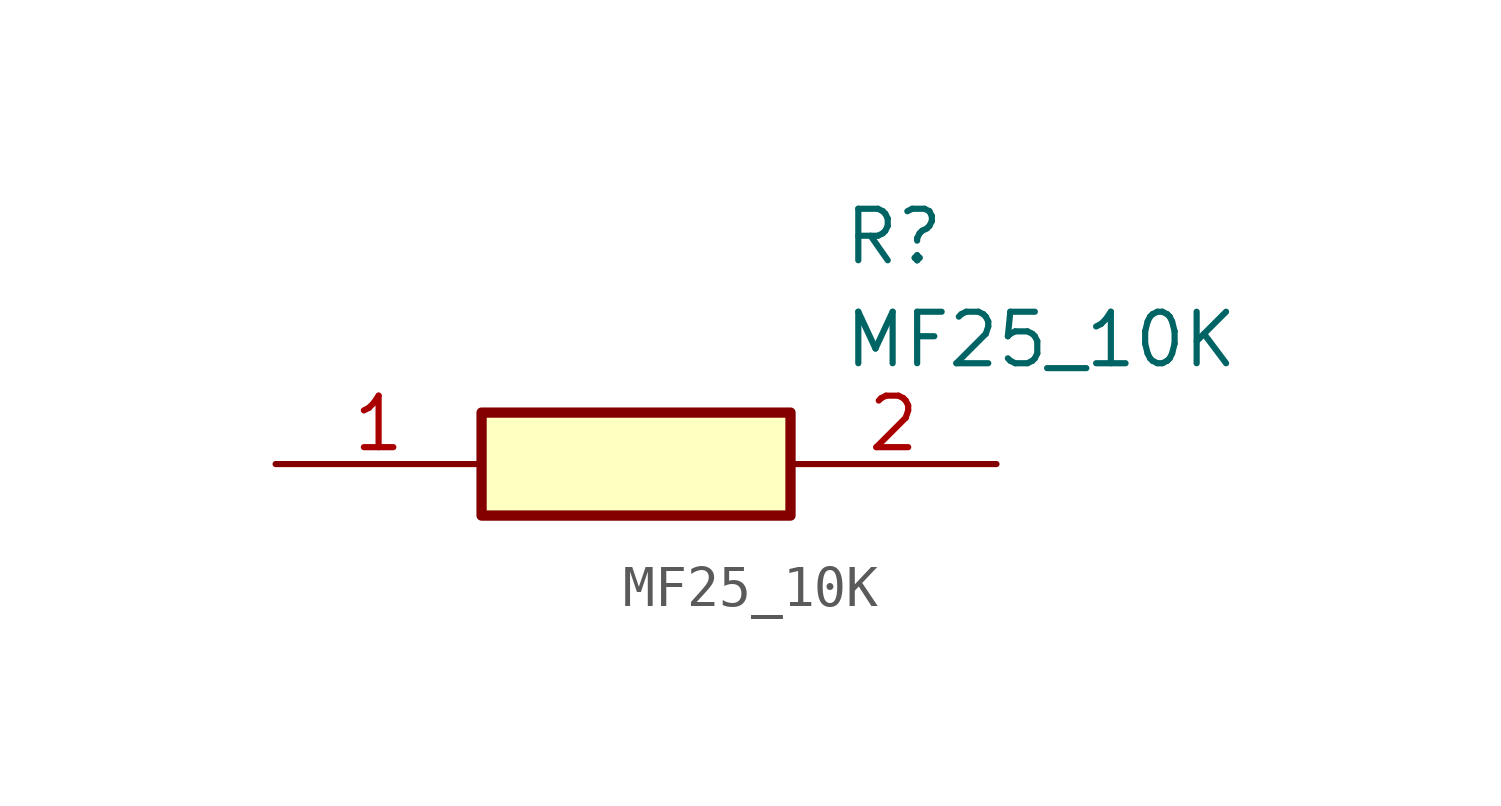
<source format=kicad_sym>
(kicad_symbol_lib
  (version 20211014)
  (generator SamacSys_ECAD_Model)
  (symbol "MF25_10K"
    (pin_names hide)
    (property "Reference" "R"
      (at 13.97 6.35 0)
      (effects (font (size 1.27 1.27)) (justify left top)))
    (property "Value" "MF25_10K"
      (at 13.97 3.81 0)
      (effects (font (size 1.27 1.27)) (justify left top)))
    (rectangle
      (start 5.08 1.27)
      (end 12.7 -1.27)
      (stroke (width 0.254) (type default))
      (fill (type background)))
    (pin passive line
      (at 0 0 0)
      (length 5.08)
      (name "1" (effects (font (size 1.27 1.27))))
      (number "1" (effects (font (size 1.27 1.27)))))
    (pin passive line
      (at 17.78 0 180)
      (length 5.08)
      (name "2" (effects (font (size 1.27 1.27))))
      (number "2" (effects (font (size 1.27 1.27)))))))
</source>
